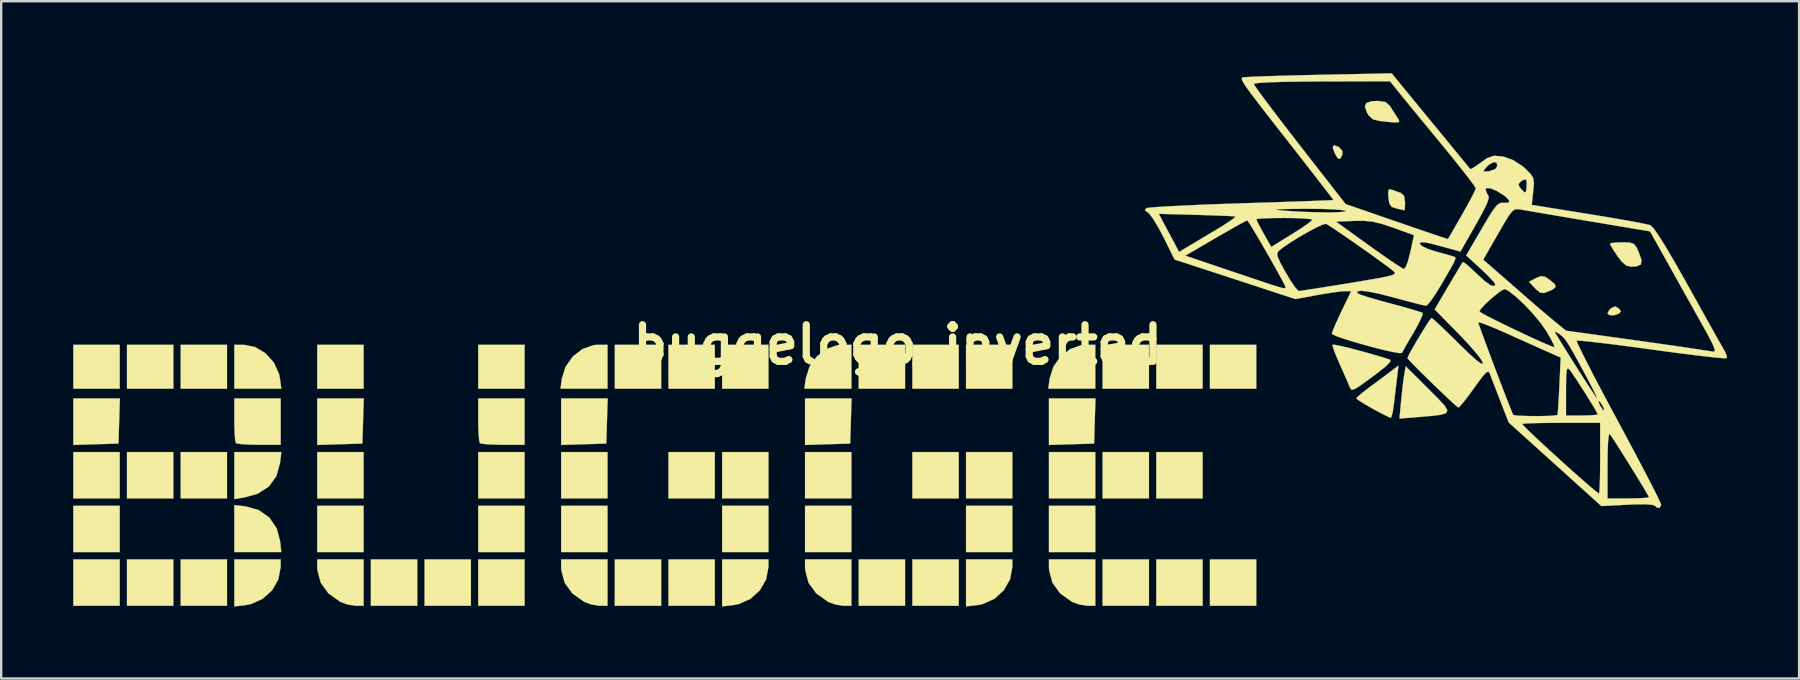
<source format=kicad_pcb>
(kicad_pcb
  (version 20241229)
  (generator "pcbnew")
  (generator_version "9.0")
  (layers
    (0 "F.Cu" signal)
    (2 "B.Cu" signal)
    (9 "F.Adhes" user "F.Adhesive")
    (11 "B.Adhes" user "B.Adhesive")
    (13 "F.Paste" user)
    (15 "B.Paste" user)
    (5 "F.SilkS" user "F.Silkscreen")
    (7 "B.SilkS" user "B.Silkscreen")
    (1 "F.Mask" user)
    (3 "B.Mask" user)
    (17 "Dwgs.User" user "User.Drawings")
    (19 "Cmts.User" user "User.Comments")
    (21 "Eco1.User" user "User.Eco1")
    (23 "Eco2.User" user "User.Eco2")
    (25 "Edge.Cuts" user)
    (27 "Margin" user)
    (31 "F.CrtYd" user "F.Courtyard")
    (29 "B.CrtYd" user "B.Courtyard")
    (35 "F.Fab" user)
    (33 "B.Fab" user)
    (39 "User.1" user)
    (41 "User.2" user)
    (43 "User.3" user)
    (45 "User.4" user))
  (footprint "buggelogo_inverted"
    (layer "F.Cu")
    (at 34.346 11.312)
    (property "Reference" "buggelogo_inverted" (at 0 0 0) (layer "F.SilkS") (effects (font (size 1.524 1.524) (thickness 0.3))))
    (attr through_hole)
    (fp_poly (pts (xy -32.41 1.829) (xy -34.341 1.829) (xy -34.341 0) (xy -32.41 0) (xy -32.41 1.829)) (stroke (width 0.01) (type solid)) (fill yes) (layer "F.SilkS"))
    (fp_poly (pts (xy -32.41 6.401) (xy -34.341 6.401) (xy -34.341 4.47) (xy -32.41 4.47) (xy -32.41 6.401)) (stroke (width 0.01) (type solid)) (fill yes) (layer "F.SilkS"))
    (fp_poly (pts (xy -32.41 8.636) (xy -34.341 8.636) (xy -34.341 6.706) (xy -32.41 6.706) (xy -32.41 8.636)) (stroke (width 0.01) (type solid)) (fill yes) (layer "F.SilkS"))
    (fp_poly (pts (xy -32.41 10.871) (xy -34.341 10.871) (xy -34.341 8.941) (xy -32.41 8.941) (xy -32.41 10.871)) (stroke (width 0.01) (type solid)) (fill yes) (layer "F.SilkS"))
    (fp_poly (pts (xy -30.175 1.829) (xy -32.106 1.829) (xy -32.106 0) (xy -30.175 0) (xy -30.175 1.829)) (stroke (width 0.01) (type solid)) (fill yes) (layer "F.SilkS"))
    (fp_poly (pts (xy -30.175 6.401) (xy -32.106 6.401) (xy -32.106 4.47) (xy -30.175 4.47) (xy -30.175 6.401)) (stroke (width 0.01) (type solid)) (fill yes) (layer "F.SilkS"))
    (fp_poly (pts (xy -30.175 10.871) (xy -32.106 10.871) (xy -32.106 8.941) (xy -30.175 8.941) (xy -30.175 10.871)) (stroke (width 0.01) (type solid)) (fill yes) (layer "F.SilkS"))
    (fp_poly (pts (xy -27.94 1.829) (xy -29.87 1.829) (xy -29.87 0) (xy -27.94 0) (xy -27.94 1.829)) (stroke (width 0.01) (type solid)) (fill yes) (layer "F.SilkS"))
    (fp_poly (pts (xy -27.94 6.401) (xy -29.87 6.401) (xy -29.87 4.47) (xy -27.94 4.47) (xy -27.94 6.401)) (stroke (width 0.01) (type solid)) (fill yes) (layer "F.SilkS"))
    (fp_poly (pts (xy -27.94 10.871) (xy -29.87 10.871) (xy -29.87 8.941) (xy -27.94 8.941) (xy -27.94 10.871)) (stroke (width 0.01) (type solid)) (fill yes) (layer "F.SilkS"))
    (fp_poly (pts (xy -22.25 1.829) (xy -24.181 1.829) (xy -24.181 0) (xy -22.25 0) (xy -22.25 1.829)) (stroke (width 0.01) (type solid)) (fill yes) (layer "F.SilkS"))
    (fp_poly (pts (xy -22.25 6.401) (xy -24.181 6.401) (xy -24.181 4.47) (xy -22.25 4.47) (xy -22.25 6.401)) (stroke (width 0.01) (type solid)) (fill yes) (layer "F.SilkS"))
    (fp_poly (pts (xy -22.25 8.636) (xy -24.181 8.636) (xy -24.181 6.706) (xy -22.25 6.706) (xy -22.25 8.636)) (stroke (width 0.01) (type solid)) (fill yes) (layer "F.SilkS"))
    (fp_poly (pts (xy -20.015 10.871) (xy -21.946 10.871) (xy -21.946 8.941) (xy -20.015 8.941) (xy -20.015 10.871)) (stroke (width 0.01) (type solid)) (fill yes) (layer "F.SilkS"))
    (fp_poly (pts (xy -17.78 10.871) (xy -19.71 10.871) (xy -19.71 8.941) (xy -17.78 8.941) (xy -17.78 10.871)) (stroke (width 0.01) (type solid)) (fill yes) (layer "F.SilkS"))
    (fp_poly (pts (xy -15.545 1.829) (xy -17.475 1.829) (xy -17.475 0) (xy -15.545 0) (xy -15.545 1.829)) (stroke (width 0.01) (type solid)) (fill yes) (layer "F.SilkS"))
    (fp_poly (pts (xy -15.545 6.401) (xy -17.475 6.401) (xy -17.475 4.47) (xy -15.545 4.47) (xy -15.545 6.401)) (stroke (width 0.01) (type solid)) (fill yes) (layer "F.SilkS"))
    (fp_poly (pts (xy -15.545 8.636) (xy -17.475 8.636) (xy -17.475 6.706) (xy -15.545 6.706) (xy -15.545 8.636)) (stroke (width 0.01) (type solid)) (fill yes) (layer "F.SilkS"))
    (fp_poly (pts (xy -15.545 10.871) (xy -17.475 10.871) (xy -17.475 8.941) (xy -15.545 8.941) (xy -15.545 10.871)) (stroke (width 0.01) (type solid)) (fill yes) (layer "F.SilkS"))
    (fp_poly (pts (xy -12.09 6.401) (xy -14.021 6.401) (xy -14.021 4.47) (xy -12.09 4.47) (xy -12.09 6.401)) (stroke (width 0.01) (type solid)) (fill yes) (layer "F.SilkS"))
    (fp_poly (pts (xy -12.09 8.636) (xy -14.021 8.636) (xy -14.021 6.706) (xy -12.09 6.706) (xy -12.09 8.636)) (stroke (width 0.01) (type solid)) (fill yes) (layer "F.SilkS"))
    (fp_poly (pts (xy -9.855 1.829) (xy -11.786 1.829) (xy -11.786 0) (xy -9.855 0) (xy -9.855 1.829)) (stroke (width 0.01) (type solid)) (fill yes) (layer "F.SilkS"))
    (fp_poly (pts (xy -9.855 10.871) (xy -11.786 10.871) (xy -11.786 8.941) (xy -9.855 8.941) (xy -9.855 10.871)) (stroke (width 0.01) (type solid)) (fill yes) (layer "F.SilkS"))
    (fp_poly (pts (xy -7.62 1.829) (xy -9.55 1.829) (xy -9.55 0) (xy -7.62 0) (xy -7.62 1.829)) (stroke (width 0.01) (type solid)) (fill yes) (layer "F.SilkS"))
    (fp_poly (pts (xy -7.62 6.401) (xy -9.55 6.401) (xy -9.55 4.47) (xy -7.62 4.47) (xy -7.62 6.401)) (stroke (width 0.01) (type solid)) (fill yes) (layer "F.SilkS"))
    (fp_poly (pts (xy -7.62 10.871) (xy -9.55 10.871) (xy -9.55 8.941) (xy -7.62 8.941) (xy -7.62 10.871)) (stroke (width 0.01) (type solid)) (fill yes) (layer "F.SilkS"))
    (fp_poly (pts (xy -5.385 1.829) (xy -7.315 1.829) (xy -7.315 0) (xy -5.385 0) (xy -5.385 1.829)) (stroke (width 0.01) (type solid)) (fill yes) (layer "F.SilkS"))
    (fp_poly (pts (xy -5.385 6.401) (xy -7.315 6.401) (xy -7.315 4.47) (xy -5.385 4.47) (xy -5.385 6.401)) (stroke (width 0.01) (type solid)) (fill yes) (layer "F.SilkS"))
    (fp_poly (pts (xy -5.385 8.636) (xy -7.315 8.636) (xy -7.315 6.706) (xy -5.385 6.706) (xy -5.385 8.636)) (stroke (width 0.01) (type solid)) (fill yes) (layer "F.SilkS"))
    (fp_poly (pts (xy -1.93 6.401) (xy -3.861 6.401) (xy -3.861 4.47) (xy -1.93 4.47) (xy -1.93 6.401)) (stroke (width 0.01) (type solid)) (fill yes) (layer "F.SilkS"))
    (fp_poly (pts (xy -1.93 8.636) (xy -3.861 8.636) (xy -3.861 6.706) (xy -1.93 6.706) (xy -1.93 8.636)) (stroke (width 0.01) (type solid)) (fill yes) (layer "F.SilkS"))
    (fp_poly (pts (xy 0.305 1.829) (xy -1.626 1.829) (xy -1.626 0) (xy 0.305 0) (xy 0.305 1.829)) (stroke (width 0.01) (type solid)) (fill yes) (layer "F.SilkS"))
    (fp_poly (pts (xy 0.305 10.871) (xy -1.626 10.871) (xy -1.626 8.941) (xy 0.305 8.941) (xy 0.305 10.871)) (stroke (width 0.01) (type solid)) (fill yes) (layer "F.SilkS"))
    (fp_poly (pts (xy 2.54 1.829) (xy 0.61 1.829) (xy 0.61 0) (xy 2.54 0) (xy 2.54 1.829)) (stroke (width 0.01) (type solid)) (fill yes) (layer "F.SilkS"))
    (fp_poly (pts (xy 2.54 6.401) (xy 0.61 6.401) (xy 0.61 4.47) (xy 2.54 4.47) (xy 2.54 6.401)) (stroke (width 0.01) (type solid)) (fill yes) (layer "F.SilkS"))
    (fp_poly (pts (xy 2.54 10.871) (xy 0.61 10.871) (xy 0.61 8.941) (xy 2.54 8.941) (xy 2.54 10.871)) (stroke (width 0.01) (type solid)) (fill yes) (layer "F.SilkS"))
    (fp_poly (pts (xy 4.775 1.829) (xy 2.845 1.829) (xy 2.845 0) (xy 4.775 0) (xy 4.775 1.829)) (stroke (width 0.01) (type solid)) (fill yes) (layer "F.SilkS"))
    (fp_poly (pts (xy 4.775 6.401) (xy 2.845 6.401) (xy 2.845 4.47) (xy 4.775 4.47) (xy 4.775 6.401)) (stroke (width 0.01) (type solid)) (fill yes) (layer "F.SilkS"))
    (fp_poly (pts (xy 4.775 8.636) (xy 2.845 8.636) (xy 2.845 6.706) (xy 4.775 6.706) (xy 4.775 8.636)) (stroke (width 0.01) (type solid)) (fill yes) (layer "F.SilkS"))
    (fp_poly (pts (xy 8.23 6.401) (xy 6.299 6.401) (xy 6.299 4.47) (xy 8.23 4.47) (xy 8.23 6.401)) (stroke (width 0.01) (type solid)) (fill yes) (layer "F.SilkS"))
    (fp_poly (pts (xy 8.23 8.636) (xy 6.299 8.636) (xy 6.299 6.706) (xy 8.23 6.706) (xy 8.23 8.636)) (stroke (width 0.01) (type solid)) (fill yes) (layer "F.SilkS"))
    (fp_poly (pts (xy 10.465 1.829) (xy 8.534 1.829) (xy 8.534 0) (xy 10.465 0) (xy 10.465 1.829)) (stroke (width 0.01) (type solid)) (fill yes) (layer "F.SilkS"))
    (fp_poly (pts (xy 10.465 6.401) (xy 8.534 6.401) (xy 8.534 4.47) (xy 10.465 4.47) (xy 10.465 6.401)) (stroke (width 0.01) (type solid)) (fill yes) (layer "F.SilkS"))
    (fp_poly (pts (xy 10.465 10.871) (xy 8.534 10.871) (xy 8.534 8.941) (xy 10.465 8.941) (xy 10.465 10.871)) (stroke (width 0.01) (type solid)) (fill yes) (layer "F.SilkS"))
    (fp_poly (pts (xy 12.7 1.829) (xy 10.77 1.829) (xy 10.77 0) (xy 12.7 0) (xy 12.7 1.829)) (stroke (width 0.01) (type solid)) (fill yes) (layer "F.SilkS"))
    (fp_poly (pts (xy 12.7 6.401) (xy 10.77 6.401) (xy 10.77 4.47) (xy 12.7 4.47) (xy 12.7 6.401)) (stroke (width 0.01) (type solid)) (fill yes) (layer "F.SilkS"))
    (fp_poly (pts (xy 12.7 10.871) (xy 10.77 10.871) (xy 10.77 8.941) (xy 12.7 8.941) (xy 12.7 10.871)) (stroke (width 0.01) (type solid)) (fill yes) (layer "F.SilkS"))
    (fp_poly (pts (xy 14.935 1.829) (xy 13.005 1.829) (xy 13.005 0) (xy 14.935 0) (xy 14.935 1.829)) (stroke (width 0.01) (type solid)) (fill yes) (layer "F.SilkS"))
    (fp_poly (pts (xy 14.935 10.871) (xy 13.005 10.871) (xy 13.005 8.941) (xy 14.935 8.941) (xy 14.935 10.871)) (stroke (width 0.01) (type solid)) (fill yes) (layer "F.SilkS"))
    (fp_poly (pts (xy -32.432 3.175) (xy -32.461 4.115) (xy -33.401 4.144) (xy -34.341 4.173) (xy -34.341 2.235) (xy -32.403 2.235) (xy -32.432 3.175)) (stroke (width 0.01) (type solid)) (fill yes) (layer "F.SilkS"))
    (fp_poly (pts (xy -22.272 3.175) (xy -22.301 4.115) (xy -23.241 4.144) (xy -24.181 4.173) (xy -24.181 2.235) (xy -22.243 2.235) (xy -22.272 3.175)) (stroke (width 0.01) (type solid)) (fill yes) (layer "F.SilkS"))
    (fp_poly (pts (xy -12.112 3.175) (xy -12.141 4.115) (xy -13.081 4.144) (xy -14.021 4.173) (xy -14.021 2.235) (xy -12.083 2.235) (xy -12.112 3.175)) (stroke (width 0.01) (type solid)) (fill yes) (layer "F.SilkS"))
    (fp_poly (pts (xy -1.952 3.175) (xy -1.981 4.115) (xy -2.921 4.144) (xy -3.861 4.173) (xy -3.861 2.235) (xy -1.923 2.235) (xy -1.952 3.175)) (stroke (width 0.01) (type solid)) (fill yes) (layer "F.SilkS"))
    (fp_poly (pts (xy 8.208 3.175) (xy 8.179 4.115) (xy 7.239 4.144) (xy 6.299 4.173) (xy 6.299 2.235) (xy 8.237 2.235) (xy 8.208 3.175)) (stroke (width 0.01) (type solid)) (fill yes) (layer "F.SilkS"))
    (fp_poly (pts (xy -27.166 6.732) (xy -26.614 6.887) (xy -26.174 7.202) (xy -25.87 7.65) (xy -25.731 8.167) (xy -25.678 8.636) (xy -27.635 8.636) (xy -27.635 6.679) (xy -27.166 6.732)) (stroke (width 0.01) (type solid)) (fill yes) (layer "F.SilkS"))
    (fp_poly (pts (xy -25.729 4.918) (xy -25.881 5.469) (xy -26.193 5.9) (xy -26.659 6.202) (xy -27.218 6.36) (xy -27.635 6.427) (xy -27.635 4.47) (xy -25.678 4.47) (xy -25.729 4.918)) (stroke (width 0.01) (type solid)) (fill yes) (layer "F.SilkS"))
    (fp_poly (pts (xy -26.767 0.095) (xy -26.335 0.355) (xy -25.99 0.739) (xy -25.774 1.211) (xy -25.735 1.406) (xy -25.678 1.829) (xy -27.635 1.829) (xy -27.635 0) (xy -27.244 0) (xy -26.767 0.095)) (stroke (width 0.01) (type solid)) (fill yes) (layer "F.SilkS"))
    (fp_poly (pts (xy -25.705 9.249) (xy -25.8 9.769) (xy -26.062 10.226) (xy -26.457 10.584) (xy -26.951 10.804) (xy -27.179 10.846) (xy -27.635 10.898) (xy -27.635 8.941) (xy -25.705 8.941) (xy -25.705 9.249)) (stroke (width 0.01) (type solid)) (fill yes) (layer "F.SilkS"))
    (fp_poly (pts (xy -12.09 1.829) (xy -14.048 1.829) (xy -13.991 1.406) (xy -13.835 0.911) (xy -13.535 0.489) (xy -13.131 0.177) (xy -12.667 0.014) (xy -12.482 0) (xy -12.09 0) (xy -12.09 1.829)) (stroke (width 0.01) (type solid)) (fill yes) (layer "F.SilkS"))
    (fp_poly (pts (xy -5.385 9.249) (xy -5.48 9.769) (xy -5.742 10.226) (xy -6.137 10.584) (xy -6.631 10.804) (xy -6.859 10.846) (xy -7.315 10.898) (xy -7.315 8.941) (xy -5.385 8.941) (xy -5.385 9.249)) (stroke (width 0.01) (type solid)) (fill yes) (layer "F.SilkS"))
    (fp_poly (pts (xy -1.93 1.829) (xy -3.888 1.829) (xy -3.831 1.406) (xy -3.675 0.911) (xy -3.375 0.489) (xy -2.971 0.177) (xy -2.507 0.014) (xy -2.322 0) (xy -1.93 0) (xy -1.93 1.829)) (stroke (width 0.01) (type solid)) (fill yes) (layer "F.SilkS"))
    (fp_poly (pts (xy 4.775 9.249) (xy 4.68 9.769) (xy 4.418 10.226) (xy 4.023 10.584) (xy 3.529 10.804) (xy 3.301 10.846) (xy 2.845 10.898) (xy 2.845 8.941) (xy 4.775 8.941) (xy 4.775 9.249)) (stroke (width 0.01) (type solid)) (fill yes) (layer "F.SilkS"))
    (fp_poly (pts (xy 8.23 1.829) (xy 6.272 1.829) (xy 6.329 1.406) (xy 6.485 0.911) (xy 6.785 0.489) (xy 7.189 0.177) (xy 7.653 0.014) (xy 7.838 0) (xy 8.23 0) (xy 8.23 1.829)) (stroke (width 0.01) (type solid)) (fill yes) (layer "F.SilkS"))
    (fp_poly (pts (xy 18.354 -8.248) (xy 18.372 -8.239) (xy 18.524 -8.072) (xy 18.521 -7.926) (xy 18.437 -7.748) (xy 18.33 -7.77) (xy 18.199 -7.989) (xy 18.119 -8.226) (xy 18.169 -8.31) (xy 18.354 -8.248)) (stroke (width 0.01) (type solid)) (fill yes) (layer "F.SilkS"))
    (fp_poly (pts (xy -22.25 10.871) (xy -22.581 10.871) (xy -22.916 10.82) (xy -23.215 10.711) (xy -23.714 10.357) (xy -24.036 9.912) (xy -24.175 9.386) (xy -24.181 9.249) (xy -24.181 8.941) (xy -22.25 8.941) (xy -22.25 10.871)) (stroke (width 0.01) (type solid)) (fill yes) (layer "F.SilkS"))
    (fp_poly (pts (xy -12.09 10.871) (xy -12.421 10.871) (xy -12.756 10.82) (xy -13.055 10.711) (xy -13.554 10.357) (xy -13.876 9.912) (xy -14.015 9.386) (xy -14.021 9.249) (xy -14.021 8.941) (xy -12.09 8.941) (xy -12.09 10.871)) (stroke (width 0.01) (type solid)) (fill yes) (layer "F.SilkS"))
    (fp_poly (pts (xy -1.93 10.871) (xy -2.261 10.871) (xy -2.596 10.82) (xy -2.895 10.711) (xy -3.394 10.357) (xy -3.716 9.912) (xy -3.855 9.386) (xy -3.861 9.249) (xy -3.861 8.941) (xy -1.93 8.941) (xy -1.93 10.871)) (stroke (width 0.01) (type solid)) (fill yes) (layer "F.SilkS"))
    (fp_poly (pts (xy 8.23 10.871) (xy 7.899 10.871) (xy 7.564 10.82) (xy 7.265 10.711) (xy 6.766 10.357) (xy 6.444 9.912) (xy 6.305 9.386) (xy 6.299 9.249) (xy 6.299 8.941) (xy 8.23 8.941) (xy 8.23 10.871)) (stroke (width 0.01) (type solid)) (fill yes) (layer "F.SilkS"))
    (fp_poly (pts (xy 30.028 -1.52) (xy 30.127 -1.399) (xy 30.053 -1.306) (xy 29.858 -1.234) (xy 29.666 -1.23) (xy 29.567 -1.295) (xy 29.566 -1.308) (xy 29.635 -1.441) (xy 29.718 -1.524) (xy 29.879 -1.599) (xy 30.028 -1.52)) (stroke (width 0.01) (type solid)) (fill yes) (layer "F.SilkS"))
    (fp_poly (pts (xy -25.705 4.166) (xy -26.602 4.166) (xy -27.011 4.158) (xy -27.339 4.139) (xy -27.536 4.111) (xy -27.567 4.098) (xy -27.598 3.972) (xy -27.621 3.694) (xy -27.634 3.313) (xy -27.635 3.133) (xy -27.635 2.235) (xy -25.705 2.235) (xy -25.705 4.166)) (stroke (width 0.01) (type solid)) (fill yes) (layer "F.SilkS"))
    (fp_poly (pts (xy -15.545 4.166) (xy -16.442 4.166) (xy -16.851 4.158) (xy -17.179 4.139) (xy -17.376 4.111) (xy -17.407 4.098) (xy -17.438 3.972) (xy -17.461 3.694) (xy -17.474 3.313) (xy -17.475 3.133) (xy -17.475 2.235) (xy -15.545 2.235) (xy -15.545 4.166)) (stroke (width 0.01) (type solid)) (fill yes) (layer "F.SilkS"))
    (fp_poly (pts (xy 26.955 -2.838) (xy 27.147 -2.712) (xy 27.365 -2.532) (xy 27.41 -2.411) (xy 27.285 -2.306) (xy 27.173 -2.252) (xy 26.924 -2.154) (xy 26.76 -2.17) (xy 26.585 -2.317) (xy 26.525 -2.379) (xy 26.295 -2.625) (xy 26.579 -2.774) (xy 26.79 -2.862) (xy 26.955 -2.838)) (stroke (width 0.01) (type solid)) (fill yes) (layer "F.SilkS"))
    (fp_poly (pts (xy 22.111 1.842) (xy 22.521 2.252) (xy 22.784 2.539) (xy 22.893 2.73) (xy 22.843 2.847) (xy 22.625 2.917) (xy 22.233 2.963) (xy 21.799 3) (xy 20.901 3.074) (xy 20.97 2.325) (xy 21.014 1.9) (xy 21.06 1.508) (xy 21.1 1.234) (xy 21.159 0.894) (xy 22.111 1.842)) (stroke (width 0.01) (type solid)) (fill yes) (layer "F.SilkS"))
    (fp_poly (pts (xy 20.587 -6.456) (xy 20.592 -6.454) (xy 20.848 -6.36) (xy 20.955 -6.327) (xy 21.091 -6.204) (xy 21.133 -5.932) (xy 21.126 -5.705) (xy 21.11 -5.601) (xy 21.107 -5.6) (xy 21.001 -5.627) (xy 20.781 -5.676) (xy 20.777 -5.677) (xy 20.574 -5.746) (xy 20.478 -5.886) (xy 20.44 -6.135) (xy 20.431 -6.385) (xy 20.473 -6.477) (xy 20.587 -6.456)) (stroke (width 0.01) (type solid)) (fill yes) (layer "F.SilkS"))
    (fp_poly (pts (xy 30.486 -4.259) (xy 30.66 -4.204) (xy 30.775 -4.058) (xy 30.876 -3.835) (xy 30.983 -3.523) (xy 30.955 -3.344) (xy 30.775 -3.266) (xy 30.561 -3.253) (xy 30.355 -3.298) (xy 30.159 -3.462) (xy 29.977 -3.701) (xy 29.804 -3.962) (xy 29.692 -4.151) (xy 29.667 -4.209) (xy 29.759 -4.242) (xy 29.993 -4.263) (xy 30.179 -4.267) (xy 30.486 -4.259)) (stroke (width 0.01) (type solid)) (fill yes) (layer "F.SilkS"))
    (fp_poly (pts (xy 20.319 -10.111) (xy 20.507 -9.943) (xy 20.514 -9.931) (xy 20.688 -9.656) (xy 20.804 -9.474) (xy 20.878 -9.356) (xy 20.887 -9.287) (xy 20.8 -9.261) (xy 20.583 -9.27) (xy 20.205 -9.308) (xy 20.091 -9.32) (xy 19.797 -9.39) (xy 19.613 -9.56) (xy 19.548 -9.672) (xy 19.46 -9.921) (xy 19.521 -10.072) (xy 19.749 -10.145) (xy 20.016 -10.158) (xy 20.319 -10.111)) (stroke (width 0.01) (type solid)) (fill yes) (layer "F.SilkS"))
    (fp_poly (pts (xy 20.799 1.372) (xy 20.749 1.783) (xy 20.694 2.25) (xy 20.669 2.464) (xy 20.623 2.777) (xy 20.572 2.987) (xy 20.537 3.045) (xy 20.423 2.998) (xy 20.18 2.875) (xy 19.857 2.702) (xy 19.787 2.664) (xy 19.463 2.478) (xy 19.221 2.328) (xy 19.106 2.24) (xy 19.102 2.231) (xy 19.177 2.148) (xy 19.373 1.983) (xy 19.634 1.782) (xy 19.981 1.525) (xy 20.32 1.272) (xy 20.514 1.126) (xy 20.861 0.865) (xy 20.799 1.372)) (stroke (width 0.01) (type solid)) (fill yes) (layer "F.SilkS"))
    (fp_poly (pts (xy 18.207 0.002) (xy 18.459 0.053) (xy 18.821 0.139) (xy 19.25 0.251) (xy 19.704 0.376) (xy 20.14 0.504) (xy 20.516 0.623) (xy 20.518 0.624) (xy 20.518 0.704) (xy 20.351 0.88) (xy 20.023 1.145) (xy 19.908 1.231) (xy 19.489 1.539) (xy 19.205 1.741) (xy 19.025 1.849) (xy 18.921 1.876) (xy 18.862 1.836) (xy 18.818 1.74) (xy 18.806 1.708) (xy 18.719 1.501) (xy 18.577 1.177) (xy 18.41 0.802) (xy 18.396 0.771) (xy 18.248 0.426) (xy 18.145 0.155) (xy 18.106 0.008) (xy 18.107 -0.001) (xy 18.207 0.002)) (stroke (width 0.01) (type solid)) (fill yes) (layer "F.SilkS"))
    (fp_poly (pts (xy 22.192 -9.336) (xy 22.636 -8.796) (xy 23.036 -8.31) (xy 23.373 -7.898) (xy 23.632 -7.582) (xy 23.793 -7.385) (xy 23.84 -7.327) (xy 23.881 -7.323) (xy 23.985 -7.379) (xy 24.185 -7.514) (xy 24.512 -7.749) (xy 24.548 -7.775) (xy 24.844 -7.875) (xy 25.226 -7.841) (xy 25.641 -7.689) (xy 26.036 -7.433) (xy 26.145 -7.335) (xy 26.366 -7.111) (xy 26.475 -6.934) (xy 26.501 -6.723) (xy 26.472 -6.393) (xy 26.41 -5.827) (xy 28.775 -5.446) (xy 29.456 -5.335) (xy 30.078 -5.229) (xy 30.611 -5.134) (xy 31.024 -5.055) (xy 31.286 -4.999) (xy 31.356 -4.979) (xy 31.481 -4.857) (xy 31.693 -4.555) (xy 31.992 -4.079) (xy 32.373 -3.431) (xy 32.836 -2.615) (xy 32.972 -2.37) (xy 33.339 -1.711) (xy 33.677 -1.103) (xy 33.974 -0.572) (xy 34.215 -0.142) (xy 34.387 0.162) (xy 34.475 0.317) (xy 34.48 0.326) (xy 34.542 0.493) (xy 34.526 0.56) (xy 34.414 0.561) (xy 34.126 0.537) (xy 33.687 0.49) (xy 33.121 0.422) (xy 32.455 0.338) (xy 31.713 0.239) (xy 31.402 0.196) (xy 30.637 0.092) (xy 29.937 0.001) (xy 29.329 -0.074) (xy 28.837 -0.13) (xy 28.486 -0.165) (xy 28.302 -0.174) (xy 28.28 -0.17) (xy 28.313 -0.071) (xy 28.434 0.187) (xy 28.631 0.583) (xy 28.894 1.097) (xy 29.214 1.71) (xy 29.58 2.4) (xy 29.982 3.149) (xy 30.011 3.203) (xy 30.417 3.959) (xy 30.791 4.663) (xy 31.122 5.293) (xy 31.4 5.828) (xy 31.612 6.249) (xy 31.749 6.533) (xy 31.801 6.661) (xy 31.801 6.663) (xy 31.738 6.793) (xy 31.609 6.775) (xy 31.547 6.706) (xy 31.416 6.663) (xy 31.107 6.644) (xy 30.642 6.651) (xy 30.398 6.662) (xy 29.312 6.719) (xy 25.516 3.296) (xy 26.01 3.296) (xy 26.081 3.383) (xy 26.279 3.58) (xy 26.575 3.861) (xy 26.941 4.202) (xy 27.352 4.579) (xy 27.779 4.966) (xy 28.196 5.339) (xy 28.575 5.673) (xy 28.888 5.944) (xy 29.11 6.127) (xy 29.211 6.197) (xy 29.213 6.198) (xy 29.23 6.102) (xy 29.244 5.839) (xy 29.255 5.444) (xy 29.26 5.009) (xy 29.566 5.009) (xy 29.566 6.401) (xy 30.429 6.401) (xy 30.819 6.395) (xy 31.118 6.38) (xy 31.278 6.359) (xy 31.293 6.349) (xy 31.242 6.248) (xy 31.105 6.013) (xy 30.904 5.681) (xy 30.664 5.288) (xy 30.406 4.873) (xy 30.153 4.471) (xy 29.93 4.12) (xy 29.758 3.858) (xy 29.661 3.72) (xy 29.655 3.713) (xy 29.621 3.77) (xy 29.593 4.004) (xy 29.574 4.388) (xy 29.566 4.897) (xy 29.566 5.009) (xy 29.26 5.009) (xy 29.26 4.953) (xy 29.261 4.724) (xy 29.261 3.251) (xy 27.635 3.251) (xy 27.086 3.254) (xy 26.617 3.261) (xy 26.26 3.272) (xy 26.051 3.286) (xy 26.01 3.296) (xy 25.516 3.296) (xy 25.451 3.238) (xy 25.089 2.305) (xy 24.926 1.883) (xy 24.784 1.516) (xy 24.685 1.257) (xy 24.655 1.179) (xy 24.603 1.116) (xy 24.514 1.153) (xy 24.368 1.312) (xy 24.143 1.612) (xy 24 1.812) (xy 23.749 2.158) (xy 23.538 2.428) (xy 23.395 2.587) (xy 23.352 2.614) (xy 23.254 2.537) (xy 23.047 2.35) (xy 22.763 2.083) (xy 22.434 1.769) (xy 22.092 1.437) (xy 21.77 1.119) (xy 21.498 0.846) (xy 21.309 0.649) (xy 21.235 0.558) (xy 21.234 0.557) (xy 21.283 0.441) (xy 21.409 0.205) (xy 21.585 -0.103) (xy 21.783 -0.435) (xy 21.975 -0.745) (xy 22.131 -0.986) (xy 22.225 -1.11) (xy 22.237 -1.118) (xy 22.327 -1.05) (xy 22.532 -0.863) (xy 22.827 -0.583) (xy 23.183 -0.234) (xy 23.341 -0.078) (xy 23.787 0.357) (xy 24.106 0.643) (xy 24.302 0.785) (xy 24.382 0.788) (xy 24.384 0.771) (xy 24.316 0.632) (xy 24.128 0.384) (xy 23.847 0.056) (xy 23.499 -0.319) (xy 23.375 -0.447) (xy 22.896 -0.934) (xy 24.181 -0.934) (xy 24.215 -0.822) (xy 24.309 -0.557) (xy 24.45 -0.173) (xy 24.624 0.295) (xy 24.817 0.81) (xy 25.017 1.337) (xy 25.209 1.841) (xy 25.381 2.287) (xy 25.52 2.639) (xy 25.61 2.862) (xy 25.637 2.919) (xy 25.747 2.944) (xy 26.003 2.961) (xy 26.348 2.97) (xy 26.725 2.971) (xy 27.078 2.964) (xy 27.349 2.949) (xy 27.482 2.925) (xy 27.485 2.922) (xy 27.498 2.816) (xy 27.517 2.549) (xy 27.539 2.16) (xy 27.552 1.909) (xy 27.838 1.909) (xy 27.838 2.946) (xy 28.499 2.946) (xy 28.835 2.94) (xy 29.073 2.922) (xy 29.159 2.899) (xy 29.108 2.792) (xy 28.972 2.559) (xy 28.837 2.337) (xy 29.203 2.337) (xy 29.204 2.411) (xy 29.261 2.54) (xy 29.366 2.7) (xy 29.42 2.743) (xy 29.42 2.669) (xy 29.362 2.54) (xy 29.257 2.38) (xy 29.203 2.337) (xy 28.837 2.337) (xy 28.781 2.246) (xy 28.561 1.895) (xy 28.34 1.552) (xy 28.147 1.26) (xy 28.01 1.064) (xy 27.974 1.02) (xy 27.912 0.981) (xy 27.872 1.044) (xy 27.85 1.237) (xy 27.84 1.588) (xy 27.838 1.909) (xy 27.552 1.909) (xy 27.562 1.715) (xy 27.617 0.534) (xy 27.042 0.277) (xy 26.713 0.13) (xy 26.262 -0.072) (xy 25.753 -0.3) (xy 25.324 -0.493) (xy 24.889 -0.683) (xy 24.531 -0.829) (xy 24.283 -0.918) (xy 24.182 -0.936) (xy 24.181 -0.934) (xy 22.896 -0.934) (xy 22.45 -1.389) (xy 24.232 -1.389) (xy 24.318 -1.326) (xy 24.553 -1.198) (xy 24.9 -1.021) (xy 25.321 -0.814) (xy 25.78 -0.593) (xy 26.241 -0.376) (xy 26.666 -0.181) (xy 27.019 -0.026) (xy 27.262 0.073) (xy 27.352 0.099) (xy 27.338 0.021) (xy 27.236 -0.188) (xy 27.066 -0.488) (xy 27.051 -0.514) (xy 27.38 -0.514) (xy 27.393 -0.489) (xy 27.606 -0.139) (xy 27.862 0.275) (xy 28.141 0.719) (xy 28.421 1.161) (xy 28.681 1.566) (xy 28.9 1.902) (xy 29.057 2.136) (xy 29.13 2.234) (xy 29.132 2.235) (xy 29.106 2.152) (xy 29 1.929) (xy 28.834 1.604) (xy 28.697 1.346) (xy 28.389 0.776) (xy 28.158 0.356) (xy 27.989 0.061) (xy 27.862 -0.14) (xy 27.761 -0.273) (xy 27.667 -0.366) (xy 27.564 -0.447) (xy 27.4 -0.551) (xy 27.38 -0.514) (xy 27.051 -0.514) (xy 27.009 -0.584) (xy 26.771 -0.923) (xy 26.457 -1.299) (xy 26.108 -1.669) (xy 25.765 -1.991) (xy 25.469 -2.225) (xy 25.294 -2.321) (xy 25.175 -2.274) (xy 24.966 -2.125) (xy 24.716 -1.917) (xy 24.477 -1.696) (xy 24.299 -1.504) (xy 24.232 -1.389) (xy 22.45 -1.389) (xy 22.366 -1.473) (xy 22.933 -2.438) (xy 23.165 -2.832) (xy 23.358 -3.157) (xy 23.49 -3.375) (xy 23.537 -3.448) (xy 23.622 -3.405) (xy 23.811 -3.248) (xy 24.066 -3.009) (xy 24.11 -2.966) (xy 24.462 -2.644) (xy 24.715 -2.468) (xy 24.86 -2.444) (xy 24.892 -2.524) (xy 24.822 -2.628) (xy 24.636 -2.828) (xy 24.37 -3.087) (xy 24.286 -3.165) (xy 23.871 -3.545) (xy 24.389 -3.545) (xy 24.763 -3.22) (xy 24.996 -3.017) (xy 25.332 -2.724) (xy 25.72 -2.385) (xy 26.007 -2.134) (xy 26.416 -1.778) (xy 26.825 -1.426) (xy 27.177 -1.128) (xy 27.356 -0.98) (xy 27.835 -0.588) (xy 30.3 -0.246) (xy 31.021 -0.145) (xy 31.706 -0.048) (xy 32.32 0.039) (xy 32.827 0.113) (xy 33.19 0.167) (xy 33.325 0.188) (xy 33.659 0.241) (xy 33.92 0.279) (xy 34.016 0.292) (xy 34.038 0.218) (xy 33.96 0.001) (xy 33.79 -0.336) (xy 33.765 -0.381) (xy 33.595 -0.687) (xy 33.348 -1.129) (xy 33.047 -1.667) (xy 32.716 -2.259) (xy 32.378 -2.864) (xy 32.36 -2.896) (xy 31.338 -4.724) (xy 28.801 -5.15) (xy 28.089 -5.269) (xy 27.429 -5.381) (xy 26.852 -5.479) (xy 26.388 -5.558) (xy 26.069 -5.613) (xy 25.943 -5.635) (xy 25.806 -5.654) (xy 25.694 -5.633) (xy 25.582 -5.545) (xy 25.446 -5.362) (xy 25.258 -5.056) (xy 25.006 -4.62) (xy 24.389 -3.545) (xy 23.871 -3.545) (xy 23.679 -3.721) (xy 24.326 -4.832) (xy 24.598 -5.294) (xy 24.796 -5.606) (xy 24.942 -5.795) (xy 25.06 -5.889) (xy 25.172 -5.915) (xy 25.237 -5.911) (xy 25.448 -5.917) (xy 25.476 -6.006) (xy 25.322 -6.169) (xy 25.25 -6.223) (xy 24.95 -6.411) (xy 24.694 -6.518) (xy 24.527 -6.53) (xy 24.486 -6.469) (xy 24.552 -6.286) (xy 24.599 -6.226) (xy 24.62 -6.122) (xy 24.556 -5.916) (xy 24.399 -5.586) (xy 24.141 -5.111) (xy 24.077 -4.998) (xy 23.44 -3.882) (xy 22.591 -4.116) (xy 22.166 -4.226) (xy 21.902 -4.274) (xy 21.772 -4.264) (xy 21.742 -4.214) (xy 21.834 -4.112) (xy 22.079 -3.995) (xy 22.327 -3.913) (xy 22.675 -3.814) (xy 22.964 -3.732) (xy 23.094 -3.694) (xy 23.179 -3.671) (xy 23.227 -3.639) (xy 23.227 -3.569) (xy 23.168 -3.43) (xy 23.037 -3.19) (xy 22.824 -2.82) (xy 22.675 -2.562) (xy 22.442 -2.178) (xy 22.236 -1.871) (xy 22.081 -1.676) (xy 22.014 -1.627) (xy 21.875 -1.653) (xy 21.582 -1.724) (xy 21.178 -1.829) (xy 20.704 -1.958) (xy 20.676 -1.966) (xy 20.097 -2.115) (xy 19.638 -2.21) (xy 19.314 -2.25) (xy 19.145 -2.232) (xy 19.149 -2.155) (xy 19.17 -2.133) (xy 19.295 -2.08) (xy 19.577 -1.989) (xy 19.976 -1.872) (xy 20.451 -1.741) (xy 20.523 -1.722) (xy 21.005 -1.591) (xy 21.415 -1.475) (xy 21.713 -1.384) (xy 21.859 -1.33) (xy 21.866 -1.326) (xy 21.85 -1.219) (xy 21.746 -0.982) (xy 21.575 -0.659) (xy 21.486 -0.507) (xy 21.279 -0.154) (xy 21.114 0.133) (xy 21.018 0.309) (xy 21.004 0.338) (xy 20.901 0.347) (xy 20.646 0.305) (xy 20.281 0.225) (xy 19.847 0.116) (xy 19.385 -0.009) (xy 18.938 -0.139) (xy 18.547 -0.262) (xy 18.253 -0.368) (xy 18.099 -0.444) (xy 18.085 -0.463) (xy 18.127 -0.597) (xy 18.239 -0.865) (xy 18.401 -1.221) (xy 18.488 -1.402) (xy 18.89 -2.235) (xy 18.629 -2.235) (xy 18.412 -2.217) (xy 18.06 -2.169) (xy 17.634 -2.1) (xy 17.466 -2.07) (xy 16.565 -1.905) (xy 14.048 -2.729) (xy 11.532 -3.552) (xy 11.453 -3.711) (xy 11.98 -3.711) (xy 13.991 -3.032) (xy 14.689 -2.797) (xy 15.218 -2.619) (xy 15.601 -2.493) (xy 15.863 -2.412) (xy 16.025 -2.368) (xy 16.112 -2.355) (xy 16.148 -2.366) (xy 16.154 -2.394) (xy 16.154 -2.397) (xy 16.107 -2.51) (xy 15.978 -2.757) (xy 15.79 -3.102) (xy 15.562 -3.507) (xy 15.386 -3.815) (xy 15.81 -3.815) (xy 15.826 -3.673) (xy 15.925 -3.442) (xy 16.119 -3.084) (xy 16.162 -3.007) (xy 16.371 -2.661) (xy 16.553 -2.396) (xy 16.679 -2.253) (xy 16.708 -2.238) (xy 16.837 -2.255) (xy 17.134 -2.3) (xy 17.568 -2.368) (xy 18.106 -2.454) (xy 18.716 -2.552) (xy 18.829 -2.571) (xy 19.511 -2.684) (xy 20.015 -2.771) (xy 20.364 -2.84) (xy 20.582 -2.896) (xy 20.69 -2.946) (xy 20.713 -2.995) (xy 20.673 -3.05) (xy 20.658 -3.063) (xy 20.487 -3.198) (xy 20.197 -3.413) (xy 19.824 -3.682) (xy 19.404 -3.981) (xy 18.972 -4.284) (xy 18.563 -4.566) (xy 18.214 -4.803) (xy 17.961 -4.97) (xy 17.84 -5.04) (xy 17.707 -5.009) (xy 17.449 -4.892) (xy 17.111 -4.712) (xy 16.737 -4.497) (xy 16.372 -4.271) (xy 16.061 -4.061) (xy 15.863 -3.904) (xy 15.81 -3.815) (xy 15.386 -3.815) (xy 15.317 -3.937) (xy 15.075 -4.353) (xy 14.857 -4.721) (xy 14.685 -5.002) (xy 14.578 -5.16) (xy 14.557 -5.182) (xy 14.453 -5.133) (xy 14.206 -4.999) (xy 13.85 -4.799) (xy 13.418 -4.551) (xy 13.239 -4.447) (xy 11.98 -3.711) (xy 11.453 -3.711) (xy 11.074 -4.477) (xy 10.862 -4.879) (xy 10.659 -5.216) (xy 10.494 -5.442) (xy 10.48 -5.455) (xy 10.874 -5.455) (xy 11.297 -4.661) (xy 11.72 -3.867) (xy 12.032 -4.054) (xy 12.254 -4.186) (xy 12.594 -4.39) (xy 13 -4.632) (xy 13.251 -4.782) (xy 13.614 -5.005) (xy 13.89 -5.188) (xy 13.945 -5.231) (xy 14.935 -5.231) (xy 14.981 -5.122) (xy 15.102 -4.89) (xy 15.247 -4.627) (xy 15.558 -4.075) (xy 16.414 -4.603) (xy 16.777 -4.834) (xy 17.063 -5.03) (xy 17.193 -5.131) (xy 18.255 -5.131) (xy 19.618 -4.147) (xy 20.08 -3.818) (xy 20.488 -3.534) (xy 20.813 -3.317) (xy 21.025 -3.186) (xy 21.09 -3.156) (xy 21.163 -3.244) (xy 21.254 -3.483) (xy 21.344 -3.822) (xy 21.352 -3.858) (xy 21.504 -4.566) (xy 20.642 -4.878) (xy 20.163 -5.039) (xy 19.782 -5.129) (xy 19.415 -5.164) (xy 19.017 -5.16) (xy 18.255 -5.131) (xy 17.193 -5.131) (xy 17.237 -5.165) (xy 17.271 -5.207) (xy 17.177 -5.237) (xy 16.919 -5.261) (xy 16.538 -5.278) (xy 16.104 -5.283) (xy 15.644 -5.279) (xy 15.269 -5.267) (xy 15.019 -5.25) (xy 14.935 -5.231) (xy 13.945 -5.231) (xy 14.046 -5.309) (xy 14.064 -5.346) (xy 13.934 -5.357) (xy 13.639 -5.371) (xy 13.216 -5.387) (xy 12.703 -5.404) (xy 12.422 -5.412) (xy 10.874 -5.455) (xy 10.48 -5.455) (xy 10.423 -5.507) (xy 10.297 -5.602) (xy 10.32 -5.636) (xy 15.767 -5.636) (xy 15.782 -5.618) (xy 15.979 -5.596) (xy 16.002 -5.594) (xy 16.51 -5.558) (xy 17.032 -5.532) (xy 17.533 -5.518) (xy 17.981 -5.514) (xy 18.341 -5.521) (xy 18.58 -5.539) (xy 18.664 -5.569) (xy 18.644 -5.585) (xy 18.474 -5.616) (xy 18.143 -5.641) (xy 17.69 -5.658) (xy 17.155 -5.665) (xy 16.866 -5.665) (xy 16.304 -5.658) (xy 15.939 -5.649) (xy 15.767 -5.636) (xy 10.32 -5.636) (xy 10.35 -5.68) (xy 10.372 -5.692) (xy 10.503 -5.714) (xy 10.814 -5.739) (xy 11.282 -5.768) (xy 11.882 -5.798) (xy 12.592 -5.83) (xy 13.389 -5.861) (xy 14.249 -5.89) (xy 14.326 -5.893) (xy 15.183 -5.92) (xy 15.974 -5.946) (xy 16.676 -5.97) (xy 17.266 -5.991) (xy 17.723 -6.008) (xy 18.024 -6.021) (xy 18.146 -6.029) (xy 18.148 -6.029) (xy 18.091 -6.11) (xy 17.923 -6.331) (xy 17.661 -6.672) (xy 17.319 -7.114) (xy 16.912 -7.636) (xy 16.456 -8.22) (xy 16.29 -8.433) (xy 15.729 -9.149) (xy 15.283 -9.722) (xy 14.939 -10.169) (xy 14.684 -10.507) (xy 14.508 -10.751) (xy 14.435 -10.863) (xy 14.834 -10.863) (xy 14.894 -10.761) (xy 15.065 -10.52) (xy 15.33 -10.16) (xy 15.676 -9.701) (xy 16.087 -9.163) (xy 16.546 -8.568) (xy 16.745 -8.313) (xy 18.657 -5.861) (xy 20.784 -5.126) (xy 21.4 -4.914) (xy 21.948 -4.727) (xy 22.398 -4.574) (xy 22.725 -4.466) (xy 22.9 -4.41) (xy 22.922 -4.405) (xy 22.974 -4.493) (xy 23.106 -4.722) (xy 23.298 -5.056) (xy 23.506 -5.418) (xy 23.735 -5.826) (xy 23.921 -6.172) (xy 24.042 -6.418) (xy 24.079 -6.519) (xy 24.017 -6.624) (xy 23.967 -6.693) (xy 25.859 -6.693) (xy 25.901 -6.572) (xy 25.982 -6.476) (xy 26.114 -6.344) (xy 26.169 -6.379) (xy 26.195 -6.55) (xy 26.201 -6.772) (xy 26.172 -6.882) (xy 26.06 -6.872) (xy 25.959 -6.807) (xy 25.859 -6.693) (xy 23.967 -6.693) (xy 23.844 -6.861) (xy 23.578 -7.206) (xy 23.535 -7.26) (xy 24.405 -7.26) (xy 24.435 -7.214) (xy 24.639 -7.23) (xy 24.889 -7.315) (xy 24.975 -7.442) (xy 24.946 -7.589) (xy 24.813 -7.606) (xy 24.621 -7.497) (xy 24.528 -7.408) (xy 24.405 -7.26) (xy 23.535 -7.26) (xy 23.238 -7.633) (xy 22.843 -8.12) (xy 22.682 -8.316) (xy 22.242 -8.85) (xy 21.82 -9.363) (xy 21.443 -9.823) (xy 21.136 -10.198) (xy 20.927 -10.455) (xy 20.896 -10.494) (xy 20.506 -10.977) (xy 17.67 -10.97) (xy 16.797 -10.964) (xy 16.068 -10.952) (xy 15.496 -10.934) (xy 15.093 -10.911) (xy 14.873 -10.883) (xy 14.834 -10.863) (xy 14.435 -10.863) (xy 14.399 -10.919) (xy 14.343 -11.027) (xy 14.33 -11.092) (xy 14.347 -11.13) (xy 14.349 -11.132) (xy 14.459 -11.146) (xy 14.747 -11.163) (xy 15.188 -11.181) (xy 15.756 -11.2) (xy 16.427 -11.219) (xy 17.175 -11.237) (xy 17.486 -11.244) (xy 20.574 -11.307) (xy 22.192 -9.336)) (stroke (width 0.01) (type solid)) (fill yes) (layer "F.SilkS")))
  (gr_rect
    (start -3 -3)
    (end 71.893 25.215)
    (stroke (width 0.1) (type default))
    (fill no)
    (layer "Edge.Cuts")))
</source>
